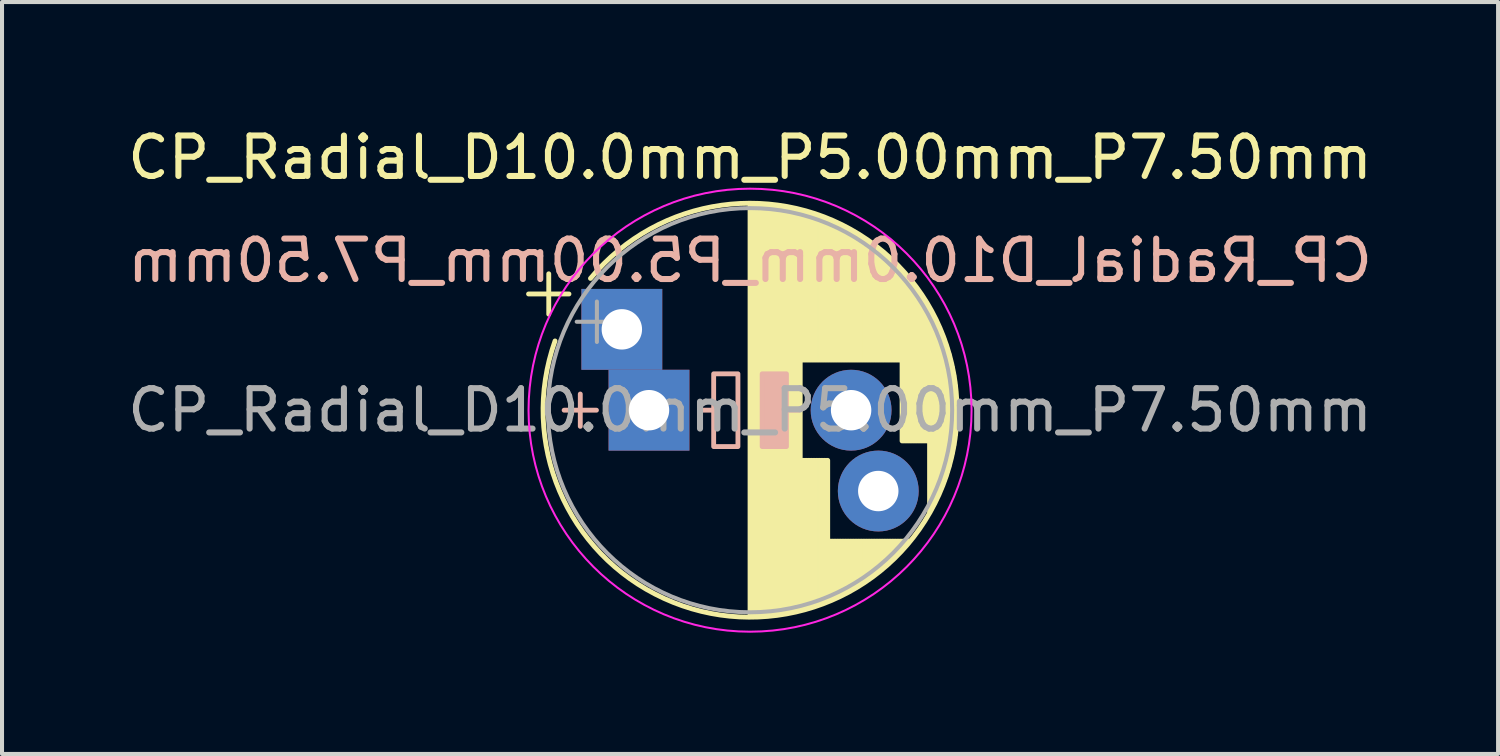
<source format=kicad_pcb>
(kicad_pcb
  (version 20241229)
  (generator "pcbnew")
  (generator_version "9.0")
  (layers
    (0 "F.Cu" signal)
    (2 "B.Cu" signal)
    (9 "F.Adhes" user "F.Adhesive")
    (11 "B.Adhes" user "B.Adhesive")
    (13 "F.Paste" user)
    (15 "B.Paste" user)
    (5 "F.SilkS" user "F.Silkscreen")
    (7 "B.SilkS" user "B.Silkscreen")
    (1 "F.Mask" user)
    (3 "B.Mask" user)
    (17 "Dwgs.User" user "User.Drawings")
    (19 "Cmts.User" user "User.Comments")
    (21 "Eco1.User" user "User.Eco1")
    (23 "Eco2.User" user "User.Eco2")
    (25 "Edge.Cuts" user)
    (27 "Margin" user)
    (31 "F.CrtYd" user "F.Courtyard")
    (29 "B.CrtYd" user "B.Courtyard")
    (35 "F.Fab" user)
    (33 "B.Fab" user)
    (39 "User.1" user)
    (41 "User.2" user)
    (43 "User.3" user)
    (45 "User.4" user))
  (footprint "CP_Radial_D10.0mm_P5.00mm_P7.50mm"
    (layer "F.Cu")
    (at 13.006 7.098)
    (property "Reference" "CP_Radial_D10.0mm_P5.00mm_P7.50mm" (at 2.5 -6.25 0) (layer "F.SilkS") (effects (font (size 1 1) (thickness 0.15))))
    (fp_line (start -2.98 -2.875) (end -1.98 -2.875) (stroke (width 0.12) (type solid)) (layer "F.SilkS"))
    (fp_line (start -2.48 -3.375) (end -2.48 -2.375) (stroke (width 0.12) (type solid)) (layer "F.SilkS"))
    (fp_line (start 2.5 -5.08) (end 2.5 5.08) (stroke (width 0.12) (type solid)) (layer "F.SilkS"))
    (fp_line (start 2.54 -5.08) (end 2.54 5.08) (stroke (width 0.12) (type solid)) (layer "F.SilkS"))
    (fp_line (start 2.58 -5.08) (end 2.58 5.08) (stroke (width 0.12) (type solid)) (layer "F.SilkS"))
    (fp_line (start 2.62 -5.079) (end 2.62 5.079) (stroke (width 0.12) (type solid)) (layer "F.SilkS"))
    (fp_line (start 2.66 -5.078) (end 2.66 5.078) (stroke (width 0.12) (type solid)) (layer "F.SilkS"))
    (fp_line (start 2.7 -5.077) (end 2.7 5.077) (stroke (width 0.12) (type solid)) (layer "F.SilkS"))
    (fp_line (start 2.74 -5.075) (end 2.74 5.075) (stroke (width 0.12) (type solid)) (layer "F.SilkS"))
    (fp_line (start 2.78 -5.073) (end 2.78 5.073) (stroke (width 0.12) (type solid)) (layer "F.SilkS"))
    (fp_line (start 2.82 -5.07) (end 2.82 5.07) (stroke (width 0.12) (type solid)) (layer "F.SilkS"))
    (fp_line (start 2.86 -5.068) (end 2.86 5.068) (stroke (width 0.12) (type solid)) (layer "F.SilkS"))
    (fp_line (start 2.9 -5.065) (end 2.9 5.065) (stroke (width 0.12) (type solid)) (layer "F.SilkS"))
    (fp_line (start 2.94 -5.062) (end 2.94 5.062) (stroke (width 0.12) (type solid)) (layer "F.SilkS"))
    (fp_line (start 2.98 -5.058) (end 2.98 5.058) (stroke (width 0.12) (type solid)) (layer "F.SilkS"))
    (fp_line (start 3.02 -5.054) (end 3.02 5.054) (stroke (width 0.12) (type solid)) (layer "F.SilkS"))
    (fp_line (start 3.06 -5.05) (end 3.06 5.05) (stroke (width 0.12) (type solid)) (layer "F.SilkS"))
    (fp_line (start 3.1 -5.045) (end 3.1 5.045) (stroke (width 0.12) (type solid)) (layer "F.SilkS"))
    (fp_line (start 3.14 -5.04) (end 3.14 5.04) (stroke (width 0.12) (type solid)) (layer "F.SilkS"))
    (fp_line (start 3.18 -5.035) (end 3.18 5.035) (stroke (width 0.12) (type solid)) (layer "F.SilkS"))
    (fp_line (start 3.221 -5.03) (end 3.221 5.03) (stroke (width 0.12) (type solid)) (layer "F.SilkS"))
    (fp_line (start 3.261 -5.024) (end 3.261 5.024) (stroke (width 0.12) (type solid)) (layer "F.SilkS"))
    (fp_line (start 3.301 -5.018) (end 3.301 5.018) (stroke (width 0.12) (type solid)) (layer "F.SilkS"))
    (fp_line (start 3.341 -5.011) (end 3.341 5.011) (stroke (width 0.12) (type solid)) (layer "F.SilkS"))
    (fp_line (start 3.381 -5.004) (end 3.381 5.004) (stroke (width 0.12) (type solid)) (layer "F.SilkS"))
    (fp_line (start 3.421 -4.997) (end 3.421 4.997) (stroke (width 0.12) (type solid)) (layer "F.SilkS"))
    (fp_line (start 3.461 -4.99) (end 3.461 4.99) (stroke (width 0.12) (type solid)) (layer "F.SilkS"))
    (fp_line (start 3.501 -4.982) (end 3.501 4.982) (stroke (width 0.12) (type solid)) (layer "F.SilkS"))
    (fp_line (start 3.541 -4.974) (end 3.541 4.974) (stroke (width 0.12) (type solid)) (layer "F.SilkS"))
    (fp_line (start 3.581 -4.965) (end 3.581 4.965) (stroke (width 0.12) (type solid)) (layer "F.SilkS"))
    (fp_line (start 3.621 -4.956) (end 3.621 4.956) (stroke (width 0.12) (type solid)) (layer "F.SilkS"))
    (fp_line (start 3.661 -4.947) (end 3.661 4.947) (stroke (width 0.12) (type solid)) (layer "F.SilkS"))
    (fp_line (start 3.701 -4.938) (end 3.701 4.938) (stroke (width 0.12) (type solid)) (layer "F.SilkS"))
    (fp_line (start 3.741 -4.928) (end 3.741 4.928) (stroke (width 0.12) (type solid)) (layer "F.SilkS"))
    (fp_line (start 3.781 -4.918) (end 3.781 -1.241) (stroke (width 0.12) (type solid)) (layer "F.SilkS"))
    (fp_line (start 3.781 1.241) (end 3.781 4.918) (stroke (width 0.12) (type solid)) (layer "F.SilkS"))
    (fp_line (start 3.821 -4.907) (end 3.821 -1.241) (stroke (width 0.12) (type solid)) (layer "F.SilkS"))
    (fp_line (start 3.821 1.241) (end 3.821 4.907) (stroke (width 0.12) (type solid)) (layer "F.SilkS"))
    (fp_line (start 3.861 -4.897) (end 3.861 -1.241) (stroke (width 0.12) (type solid)) (layer "F.SilkS"))
    (fp_line (start 3.861 1.241) (end 3.861 4.897) (stroke (width 0.12) (type solid)) (layer "F.SilkS"))
    (fp_line (start 3.901 -4.885) (end 3.901 -1.241) (stroke (width 0.12) (type solid)) (layer "F.SilkS"))
    (fp_line (start 3.901 1.241) (end 3.901 4.885) (stroke (width 0.12) (type solid)) (layer "F.SilkS"))
    (fp_line (start 3.941 -4.874) (end 3.941 -1.241) (stroke (width 0.12) (type solid)) (layer "F.SilkS"))
    (fp_line (start 3.941 1.241) (end 3.941 4.874) (stroke (width 0.12) (type solid)) (layer "F.SilkS"))
    (fp_line (start 3.981 -4.862) (end 3.981 -1.241) (stroke (width 0.12) (type solid)) (layer "F.SilkS"))
    (fp_line (start 3.981 1.241) (end 3.981 4.862) (stroke (width 0.12) (type solid)) (layer "F.SilkS"))
    (fp_line (start 4.021 -4.85) (end 4.021 -1.241) (stroke (width 0.12) (type solid)) (layer "F.SilkS"))
    (fp_line (start 4.021 1.241) (end 4.021 4.85) (stroke (width 0.12) (type solid)) (layer "F.SilkS"))
    (fp_line (start 4.061 -4.837) (end 4.061 -1.241) (stroke (width 0.12) (type solid)) (layer "F.SilkS"))
    (fp_line (start 4.061 1.241) (end 4.061 4.837) (stroke (width 0.12) (type solid)) (layer "F.SilkS"))
    (fp_line (start 4.101 -4.824) (end 4.101 -1.241) (stroke (width 0.12) (type solid)) (layer "F.SilkS"))
    (fp_line (start 4.101 1.241) (end 4.101 4.824) (stroke (width 0.12) (type solid)) (layer "F.SilkS"))
    (fp_line (start 4.141 -4.811) (end 4.141 -1.241) (stroke (width 0.12) (type solid)) (layer "F.SilkS"))
    (fp_line (start 4.141 1.241) (end 4.141 4.811) (stroke (width 0.12) (type solid)) (layer "F.SilkS"))
    (fp_line (start 4.181 -4.797) (end 4.181 -1.241) (stroke (width 0.12) (type solid)) (layer "F.SilkS"))
    (fp_line (start 4.181 1.241) (end 4.181 4.797) (stroke (width 0.12) (type solid)) (layer "F.SilkS"))
    (fp_line (start 4.221 -4.783) (end 4.221 -1.241) (stroke (width 0.12) (type solid)) (layer "F.SilkS"))
    (fp_line (start 4.221 1.241) (end 4.221 4.783) (stroke (width 0.12) (type solid)) (layer "F.SilkS"))
    (fp_line (start 4.261 -4.768) (end 4.261 -1.241) (stroke (width 0.12) (type solid)) (layer "F.SilkS"))
    (fp_line (start 4.261 1.241) (end 4.261 4.768) (stroke (width 0.12) (type solid)) (layer "F.SilkS"))
    (fp_line (start 4.301 -4.754) (end 4.301 -1.241) (stroke (width 0.12) (type solid)) (layer "F.SilkS"))
    (fp_line (start 4.301 1.241) (end 4.301 4.754) (stroke (width 0.12) (type solid)) (layer "F.SilkS"))
    (fp_line (start 4.341 -4.738) (end 4.341 -1.241) (stroke (width 0.12) (type solid)) (layer "F.SilkS"))
    (fp_line (start 4.341 1.241) (end 4.341 4.738) (stroke (width 0.12) (type solid)) (layer "F.SilkS"))
    (fp_line (start 4.381 -4.723) (end 4.381 -1.241) (stroke (width 0.12) (type solid)) (layer "F.SilkS"))
    (fp_line (start 4.381 1.241) (end 4.381 4.723) (stroke (width 0.12) (type solid)) (layer "F.SilkS"))
    (fp_line (start 4.421 -4.707) (end 4.421 -1.241) (stroke (width 0.12) (type solid)) (layer "F.SilkS"))
    (fp_line (start 4.421 1.241) (end 4.421 4.707) (stroke (width 0.12) (type solid)) (layer "F.SilkS"))
    (fp_line (start 4.461 -4.69) (end 4.461 -1.241) (stroke (width 0.12) (type solid)) (layer "F.SilkS"))
    (fp_line (start 4.461 3.24) (end 4.461 4.69) (stroke (width 0.12) (type solid)) (layer "F.SilkS"))
    (fp_line (start 4.501 -4.674) (end 4.501 -1.241) (stroke (width 0.12) (type solid)) (layer "F.SilkS"))
    (fp_line (start 4.501 3.24) (end 4.501 4.674) (stroke (width 0.12) (type solid)) (layer "F.SilkS"))
    (fp_line (start 4.541 -4.657) (end 4.541 -1.241) (stroke (width 0.12) (type solid)) (layer "F.SilkS"))
    (fp_line (start 4.541 3.24) (end 4.541 4.657) (stroke (width 0.12) (type solid)) (layer "F.SilkS"))
    (fp_line (start 4.581 -4.639) (end 4.581 -1.241) (stroke (width 0.12) (type solid)) (layer "F.SilkS"))
    (fp_line (start 4.581 3.24) (end 4.581 4.639) (stroke (width 0.12) (type solid)) (layer "F.SilkS"))
    (fp_line (start 4.621 -4.621) (end 4.621 -1.241) (stroke (width 0.12) (type solid)) (layer "F.SilkS"))
    (fp_line (start 4.621 3.24) (end 4.621 4.621) (stroke (width 0.12) (type solid)) (layer "F.SilkS"))
    (fp_line (start 4.661 -4.603) (end 4.661 -1.241) (stroke (width 0.12) (type solid)) (layer "F.SilkS"))
    (fp_line (start 4.661 3.24) (end 4.661 4.603) (stroke (width 0.12) (type solid)) (layer "F.SilkS"))
    (fp_line (start 4.701 -4.584) (end 4.701 -1.241) (stroke (width 0.12) (type solid)) (layer "F.SilkS"))
    (fp_line (start 4.701 3.24) (end 4.701 4.584) (stroke (width 0.12) (type solid)) (layer "F.SilkS"))
    (fp_line (start 4.741 -4.564) (end 4.741 -1.241) (stroke (width 0.12) (type solid)) (layer "F.SilkS"))
    (fp_line (start 4.741 3.24) (end 4.741 4.564) (stroke (width 0.12) (type solid)) (layer "F.SilkS"))
    (fp_line (start 4.781 -4.545) (end 4.781 -1.241) (stroke (width 0.12) (type solid)) (layer "F.SilkS"))
    (fp_line (start 4.781 3.24) (end 4.781 4.545) (stroke (width 0.12) (type solid)) (layer "F.SilkS"))
    (fp_line (start 4.821 -4.525) (end 4.821 -1.241) (stroke (width 0.12) (type solid)) (layer "F.SilkS"))
    (fp_line (start 4.821 3.24) (end 4.821 4.525) (stroke (width 0.12) (type solid)) (layer "F.SilkS"))
    (fp_line (start 4.861 -4.504) (end 4.861 -1.241) (stroke (width 0.12) (type solid)) (layer "F.SilkS"))
    (fp_line (start 4.861 3.24) (end 4.861 4.504) (stroke (width 0.12) (type solid)) (layer "F.SilkS"))
    (fp_line (start 4.901 -4.483) (end 4.901 -1.241) (stroke (width 0.12) (type solid)) (layer "F.SilkS"))
    (fp_line (start 4.901 3.24) (end 4.901 4.483) (stroke (width 0.12) (type solid)) (layer "F.SilkS"))
    (fp_line (start 4.941 -4.462) (end 4.941 -1.241) (stroke (width 0.12) (type solid)) (layer "F.SilkS"))
    (fp_line (start 4.941 3.24) (end 4.941 4.462) (stroke (width 0.12) (type solid)) (layer "F.SilkS"))
    (fp_line (start 4.981 -4.44) (end 4.981 -1.241) (stroke (width 0.12) (type solid)) (layer "F.SilkS"))
    (fp_line (start 4.981 3.24) (end 4.981 4.44) (stroke (width 0.12) (type solid)) (layer "F.SilkS"))
    (fp_line (start 5.021 -4.417) (end 5.021 -1.241) (stroke (width 0.12) (type solid)) (layer "F.SilkS"))
    (fp_line (start 5.021 3.24) (end 5.021 4.417) (stroke (width 0.12) (type solid)) (layer "F.SilkS"))
    (fp_line (start 5.061 -4.395) (end 5.061 -1.241) (stroke (width 0.12) (type solid)) (layer "F.SilkS"))
    (fp_line (start 5.061 3.24) (end 5.061 4.395) (stroke (width 0.12) (type solid)) (layer "F.SilkS"))
    (fp_line (start 5.101 -4.371) (end 5.101 -1.241) (stroke (width 0.12) (type solid)) (layer "F.SilkS"))
    (fp_line (start 5.101 3.24) (end 5.101 4.371) (stroke (width 0.12) (type solid)) (layer "F.SilkS"))
    (fp_line (start 5.141 -4.347) (end 5.141 -1.241) (stroke (width 0.12) (type solid)) (layer "F.SilkS"))
    (fp_line (start 5.141 3.24) (end 5.141 4.347) (stroke (width 0.12) (type solid)) (layer "F.SilkS"))
    (fp_line (start 5.181 -4.323) (end 5.181 -1.241) (stroke (width 0.12) (type solid)) (layer "F.SilkS"))
    (fp_line (start 5.181 3.24) (end 5.181 4.323) (stroke (width 0.12) (type solid)) (layer "F.SilkS"))
    (fp_line (start 5.221 -4.298) (end 5.221 -1.241) (stroke (width 0.12) (type solid)) (layer "F.SilkS"))
    (fp_line (start 5.221 3.24) (end 5.221 4.298) (stroke (width 0.12) (type solid)) (layer "F.SilkS"))
    (fp_line (start 5.261 -4.273) (end 5.261 -1.241) (stroke (width 0.12) (type solid)) (layer "F.SilkS"))
    (fp_line (start 5.261 3.24) (end 5.261 4.273) (stroke (width 0.12) (type solid)) (layer "F.SilkS"))
    (fp_line (start 5.301 -4.247) (end 5.301 -1.241) (stroke (width 0.12) (type solid)) (layer "F.SilkS"))
    (fp_line (start 5.301 3.24) (end 5.301 4.247) (stroke (width 0.12) (type solid)) (layer "F.SilkS"))
    (fp_line (start 5.341 -4.221) (end 5.341 -1.241) (stroke (width 0.12) (type solid)) (layer "F.SilkS"))
    (fp_line (start 5.341 3.24) (end 5.341 4.221) (stroke (width 0.12) (type solid)) (layer "F.SilkS"))
    (fp_line (start 5.381 -4.194) (end 5.381 -1.241) (stroke (width 0.12) (type solid)) (layer "F.SilkS"))
    (fp_line (start 5.381 3.24) (end 5.381 4.194) (stroke (width 0.12) (type solid)) (layer "F.SilkS"))
    (fp_line (start 5.421 -4.166) (end 5.421 -1.241) (stroke (width 0.12) (type solid)) (layer "F.SilkS"))
    (fp_line (start 5.421 3.24) (end 5.421 4.166) (stroke (width 0.12) (type solid)) (layer "F.SilkS"))
    (fp_line (start 5.461 -4.138) (end 5.461 -1.241) (stroke (width 0.12) (type solid)) (layer "F.SilkS"))
    (fp_line (start 5.461 3.24) (end 5.461 4.138) (stroke (width 0.12) (type solid)) (layer "F.SilkS"))
    (fp_line (start 5.501 -4.11) (end 5.501 -1.241) (stroke (width 0.12) (type solid)) (layer "F.SilkS"))
    (fp_line (start 5.501 3.24) (end 5.501 4.11) (stroke (width 0.12) (type solid)) (layer "F.SilkS"))
    (fp_line (start 5.541 -4.08) (end 5.541 -1.241) (stroke (width 0.12) (type solid)) (layer "F.SilkS"))
    (fp_line (start 5.541 3.24) (end 5.541 4.08) (stroke (width 0.12) (type solid)) (layer "F.SilkS"))
    (fp_line (start 5.581 -4.05) (end 5.581 -1.241) (stroke (width 0.12) (type solid)) (layer "F.SilkS"))
    (fp_line (start 5.581 3.24) (end 5.581 4.05) (stroke (width 0.12) (type solid)) (layer "F.SilkS"))
    (fp_line (start 5.621 -4.02) (end 5.621 -1.241) (stroke (width 0.12) (type solid)) (layer "F.SilkS"))
    (fp_line (start 5.621 3.24) (end 5.621 4.02) (stroke (width 0.12) (type solid)) (layer "F.SilkS"))
    (fp_line (start 5.661 -3.989) (end 5.661 -1.241) (stroke (width 0.12) (type solid)) (layer "F.SilkS"))
    (fp_line (start 5.661 3.24) (end 5.661 3.989) (stroke (width 0.12) (type solid)) (layer "F.SilkS"))
    (fp_line (start 5.701 -3.957) (end 5.701 -1.241) (stroke (width 0.12) (type solid)) (layer "F.SilkS"))
    (fp_line (start 5.701 3.24) (end 5.701 3.957) (stroke (width 0.12) (type solid)) (layer "F.SilkS"))
    (fp_line (start 5.741 -3.925) (end 5.741 -1.241) (stroke (width 0.12) (type solid)) (layer "F.SilkS"))
    (fp_line (start 5.741 3.24) (end 5.741 3.925) (stroke (width 0.12) (type solid)) (layer "F.SilkS"))
    (fp_line (start 5.781 -3.892) (end 5.781 -1.241) (stroke (width 0.12) (type solid)) (layer "F.SilkS"))
    (fp_line (start 5.781 3.24) (end 5.781 3.892) (stroke (width 0.12) (type solid)) (layer "F.SilkS"))
    (fp_line (start 5.821 -3.858) (end 5.821 -1.241) (stroke (width 0.12) (type solid)) (layer "F.SilkS"))
    (fp_line (start 5.821 3.24) (end 5.821 3.858) (stroke (width 0.12) (type solid)) (layer "F.SilkS"))
    (fp_line (start 5.861 -3.824) (end 5.861 -1.241) (stroke (width 0.12) (type solid)) (layer "F.SilkS"))
    (fp_line (start 5.861 3.24) (end 5.861 3.824) (stroke (width 0.12) (type solid)) (layer "F.SilkS"))
    (fp_line (start 5.901 -3.789) (end 5.901 -1.241) (stroke (width 0.12) (type solid)) (layer "F.SilkS"))
    (fp_line (start 5.901 3.24) (end 5.901 3.789) (stroke (width 0.12) (type solid)) (layer "F.SilkS"))
    (fp_line (start 5.941 -3.753) (end 5.941 -1.241) (stroke (width 0.12) (type solid)) (layer "F.SilkS"))
    (fp_line (start 5.941 3.24) (end 5.941 3.753) (stroke (width 0.12) (type solid)) (layer "F.SilkS"))
    (fp_line (start 5.981 -3.716) (end 5.981 -1.241) (stroke (width 0.12) (type solid)) (layer "F.SilkS"))
    (fp_line (start 5.981 3.24) (end 5.981 3.716) (stroke (width 0.12) (type solid)) (layer "F.SilkS"))
    (fp_line (start 6.021 -3.679) (end 6.021 -1.241) (stroke (width 0.12) (type solid)) (layer "F.SilkS"))
    (fp_line (start 6.021 3.24) (end 6.021 3.679) (stroke (width 0.12) (type solid)) (layer "F.SilkS"))
    (fp_line (start 6.061 -3.64) (end 6.061 -1.241) (stroke (width 0.12) (type solid)) (layer "F.SilkS"))
    (fp_line (start 6.061 3.24) (end 6.061 3.64) (stroke (width 0.12) (type solid)) (layer "F.SilkS"))
    (fp_line (start 6.101 -3.601) (end 6.101 -1.241) (stroke (width 0.12) (type solid)) (layer "F.SilkS"))
    (fp_line (start 6.101 3.24) (end 6.101 3.601) (stroke (width 0.12) (type solid)) (layer "F.SilkS"))
    (fp_line (start 6.141 -3.561) (end 6.141 -1.241) (stroke (width 0.12) (type solid)) (layer "F.SilkS"))
    (fp_line (start 6.141 3.24) (end 6.141 3.561) (stroke (width 0.12) (type solid)) (layer "F.SilkS"))
    (fp_line (start 6.181 -3.52) (end 6.181 -1.241) (stroke (width 0.12) (type solid)) (layer "F.SilkS"))
    (fp_line (start 6.181 3.24) (end 6.181 3.52) (stroke (width 0.12) (type solid)) (layer "F.SilkS"))
    (fp_line (start 6.221 -3.478) (end 6.221 -1.241) (stroke (width 0.12) (type solid)) (layer "F.SilkS"))
    (fp_line (start 6.221 3.24) (end 6.221 3.478) (stroke (width 0.12) (type solid)) (layer "F.SilkS"))
    (fp_line (start 6.261 -3.436) (end 6.261 0.76) (stroke (width 0.12) (type solid)) (layer "F.SilkS"))
    (fp_line (start 6.261 3.24) (end 6.261 3.436) (stroke (width 0.12) (type solid)) (layer "F.SilkS"))
    (fp_line (start 6.301 -3.392) (end 6.301 0.76) (stroke (width 0.12) (type solid)) (layer "F.SilkS"))
    (fp_line (start 6.301 3.24) (end 6.301 3.392) (stroke (width 0.12) (type solid)) (layer "F.SilkS"))
    (fp_line (start 6.341 -3.347) (end 6.341 0.76) (stroke (width 0.12) (type solid)) (layer "F.SilkS"))
    (fp_line (start 6.341 3.24) (end 6.341 3.347) (stroke (width 0.12) (type solid)) (layer "F.SilkS"))
    (fp_line (start 6.381 -3.301) (end 6.381 0.76) (stroke (width 0.12) (type solid)) (layer "F.SilkS"))
    (fp_line (start 6.381 3.24) (end 6.381 3.301) (stroke (width 0.12) (type solid)) (layer "F.SilkS"))
    (fp_line (start 6.421 -3.254) (end 6.421 0.76) (stroke (width 0.12) (type solid)) (layer "F.SilkS"))
    (fp_line (start 6.421 3.24) (end 6.421 3.254) (stroke (width 0.12) (type solid)) (layer "F.SilkS"))
    (fp_line (start 6.461 -3.206) (end 6.461 0.76) (stroke (width 0.12) (type solid)) (layer "F.SilkS"))
    (fp_line (start 6.501 -3.156) (end 6.501 0.76) (stroke (width 0.12) (type solid)) (layer "F.SilkS"))
    (fp_line (start 6.541 -3.106) (end 6.541 0.76) (stroke (width 0.12) (type solid)) (layer "F.SilkS"))
    (fp_line (start 6.581 -3.054) (end 6.581 0.76) (stroke (width 0.12) (type solid)) (layer "F.SilkS"))
    (fp_line (start 6.621 -3) (end 6.621 0.76) (stroke (width 0.12) (type solid)) (layer "F.SilkS"))
    (fp_line (start 6.661 -2.945) (end 6.661 0.76) (stroke (width 0.12) (type solid)) (layer "F.SilkS"))
    (fp_line (start 6.701 -2.889) (end 6.701 0.76) (stroke (width 0.12) (type solid)) (layer "F.SilkS"))
    (fp_line (start 6.741 -2.83) (end 6.741 0.76) (stroke (width 0.12) (type solid)) (layer "F.SilkS"))
    (fp_line (start 6.781 -2.77) (end 6.781 0.76) (stroke (width 0.12) (type solid)) (layer "F.SilkS"))
    (fp_line (start 6.821 -2.709) (end 6.821 0.76) (stroke (width 0.12) (type solid)) (layer "F.SilkS"))
    (fp_line (start 6.861 -2.645) (end 6.861 0.76) (stroke (width 0.12) (type solid)) (layer "F.SilkS"))
    (fp_line (start 6.901 -2.579) (end 6.901 0.76) (stroke (width 0.12) (type solid)) (layer "F.SilkS"))
    (fp_line (start 6.941 -2.51) (end 6.941 2.51) (stroke (width 0.12) (type solid)) (layer "F.SilkS"))
    (fp_line (start 6.981 -2.439) (end 6.981 2.439) (stroke (width 0.12) (type solid)) (layer "F.SilkS"))
    (fp_line (start 7.021 -2.365) (end 7.021 2.365) (stroke (width 0.12) (type solid)) (layer "F.SilkS"))
    (fp_line (start 7.061 -2.289) (end 7.061 2.289) (stroke (width 0.12) (type solid)) (layer "F.SilkS"))
    (fp_line (start 7.101 -2.209) (end 7.101 2.209) (stroke (width 0.12) (type solid)) (layer "F.SilkS"))
    (fp_line (start 7.141 -2.125) (end 7.141 2.125) (stroke (width 0.12) (type solid)) (layer "F.SilkS"))
    (fp_line (start 7.181 -2.037) (end 7.181 2.037) (stroke (width 0.12) (type solid)) (layer "F.SilkS"))
    (fp_line (start 7.221 -1.944) (end 7.221 1.944) (stroke (width 0.12) (type solid)) (layer "F.SilkS"))
    (fp_line (start 7.261 -1.846) (end 7.261 1.846) (stroke (width 0.12) (type solid)) (layer "F.SilkS"))
    (fp_line (start 7.301 -1.742) (end 7.301 1.742) (stroke (width 0.12) (type solid)) (layer "F.SilkS"))
    (fp_line (start 7.341 -1.63) (end 7.341 1.63) (stroke (width 0.12) (type solid)) (layer "F.SilkS"))
    (fp_line (start 7.381 -1.51) (end 7.381 1.51) (stroke (width 0.12) (type solid)) (layer "F.SilkS"))
    (fp_line (start 7.421 -1.378) (end 7.421 1.378) (stroke (width 0.12) (type solid)) (layer "F.SilkS"))
    (fp_line (start 7.461 -1.23) (end 7.461 1.23) (stroke (width 0.12) (type solid)) (layer "F.SilkS"))
    (fp_line (start 7.501 -1.062) (end 7.501 1.062) (stroke (width 0.12) (type solid)) (layer "F.SilkS"))
    (fp_line (start 7.541 -0.862) (end 7.541 0.862) (stroke (width 0.12) (type solid)) (layer "F.SilkS"))
    (fp_line (start 7.581 -0.599) (end 7.581 0.599) (stroke (width 0.12) (type solid)) (layer "F.SilkS"))
    (fp_arc (start -1.448012 -3.26) (mid 6.954128 2.524906) (end -2.324903 -1.713098) (stroke (width 0.12) (type solid)) (layer "F.SilkS"))
    (fp_line (start -1.7 -0.4) (end -1.7 0.4) (stroke (width 0.12) (type solid)) (layer "B.SilkS"))
    (fp_line (start -1.3 0) (end -2.1 0) (stroke (width 0.12) (type solid)) (layer "B.SilkS"))
    (fp_line (start 1.6 0) (end 1.3 0) (stroke (width 0.12) (type solid)) (layer "B.SilkS"))
    (fp_line (start 3.7 0) (end 3.4 0) (stroke (width 0.12) (type solid)) (layer "B.SilkS"))
    (fp_rect (start 2.2 -0.9) (end 1.6 0.9) (stroke (width 0.12) (type solid)) (fill no) (layer "B.SilkS"))
    (fp_rect (start 3.4 -0.9) (end 2.8 0.9) (stroke (width 0.12) (type solid)) (fill yes) (layer "B.SilkS"))
    (fp_circle (center 2.5 0) (end 7.98 0) (stroke (width 0.05) (type solid)) (fill no) (layer "F.CrtYd"))
    (fp_line (start -1.789 -2.188) (end -0.789 -2.188) (stroke (width 0.1) (type solid)) (layer "F.Fab"))
    (fp_line (start -1.289 -2.688) (end -1.289 -1.688) (stroke (width 0.1) (type solid)) (layer "F.Fab"))
    (fp_circle (center 2.5 0) (end 7.5 0) (stroke (width 0.1) (type solid)) (fill no) (layer "F.Fab"))
    (fp_text user "${REFERENCE}" (at 2.5 -3.7 0) (layer "B.SilkS") (effects (font (size 1 1) (thickness 0.15)) (justify mirror)))
    (fp_text user "${REFERENCE}" (at 2.5 0 0) (layer "F.Fab") (effects (font (size 1 1) (thickness 0.15))))
    (pad "1" thru_hole rect (at -0.672 -2) (size 2 2) (drill 1) (layers "*.Cu" "*.Mask"))
    (pad "1" thru_hole rect (at 0 0) (size 2 2) (drill 1) (layers "*.Cu" "*.Mask"))
    (pad "2" thru_hole circle (at 5 0) (size 2 2) (drill 1) (layers "*.Cu" "*.Mask"))
    (pad "2" thru_hole circle (at 5.672 2) (size 2 2) (drill 1) (layers "*.Cu" "*.Mask")))
  (gr_rect
    (start -3 -3)
    (end 34.012 15.603)
    (stroke (width 0.1) (type default))
    (fill no)
    (layer "Edge.Cuts")))
</source>
